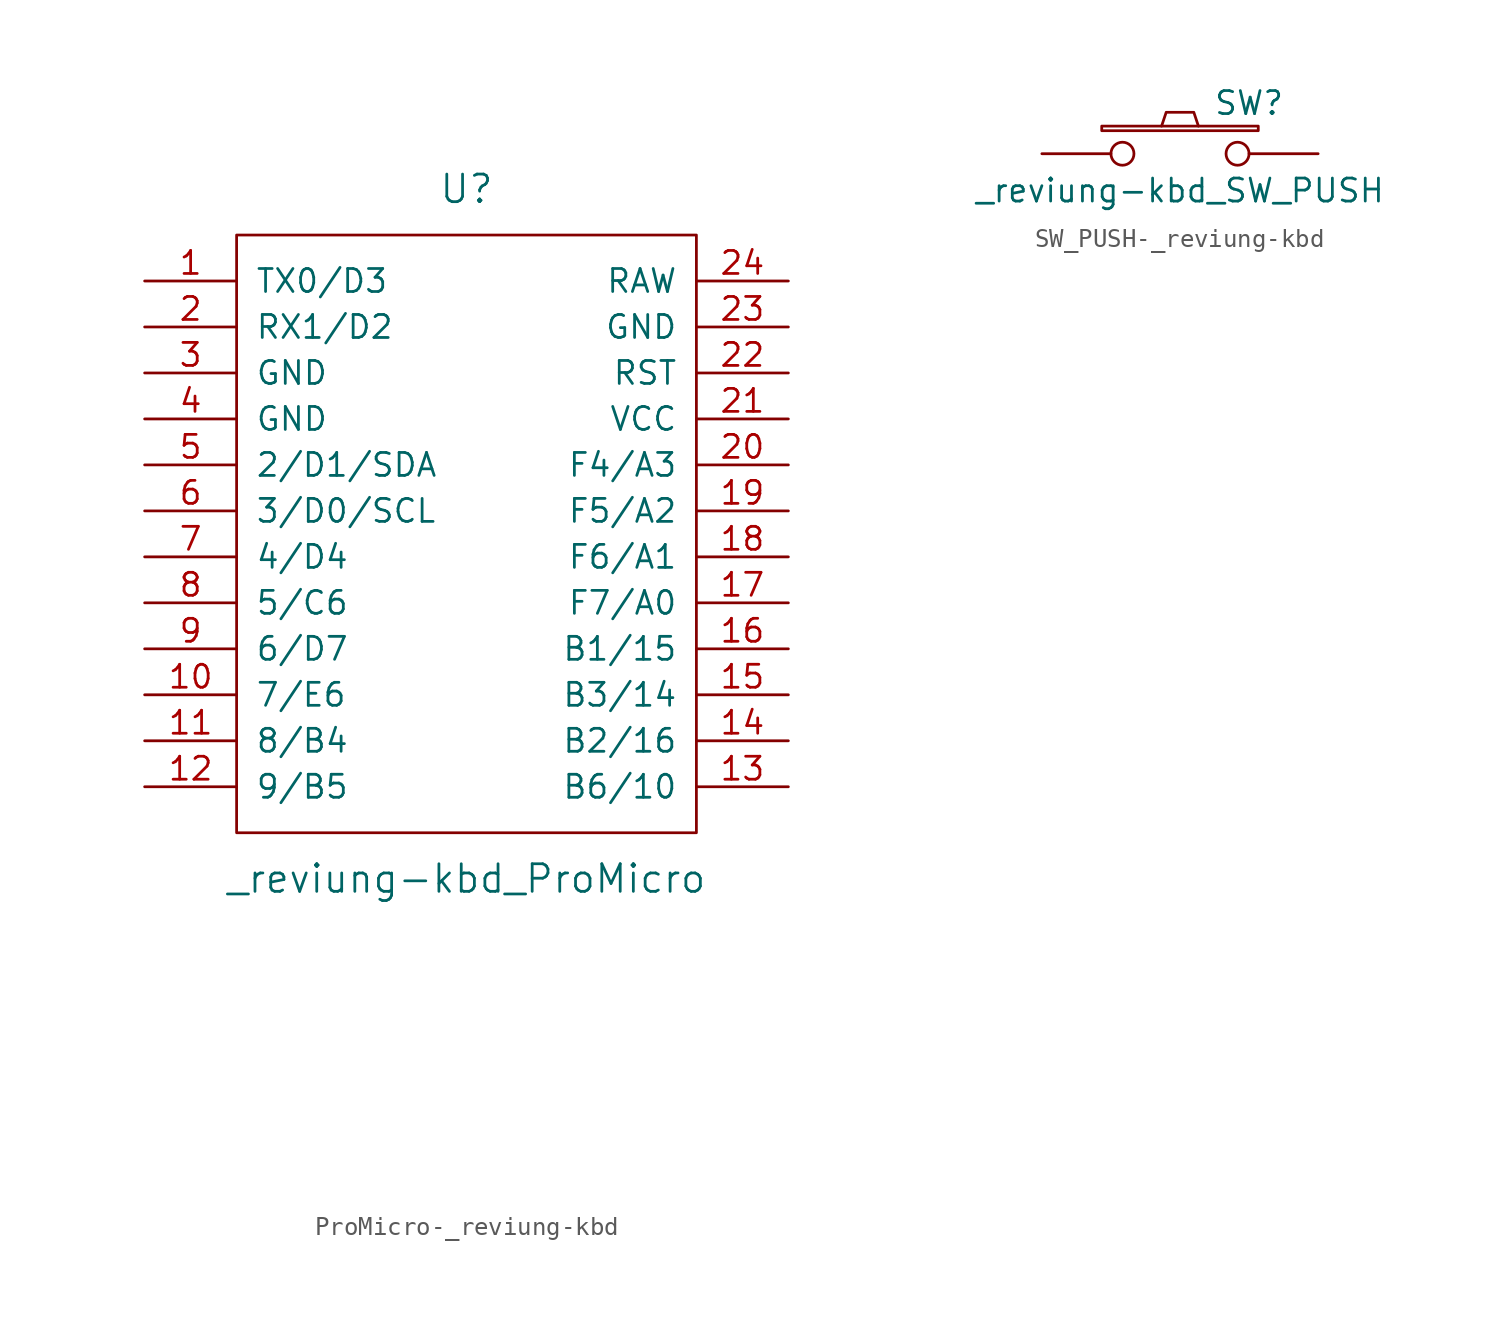
<source format=kicad_sym>
(kicad_symbol_lib
  (version 20220914)
  (generator kicad_symbol_editor)
  (symbol "ProMicro-_reviung-kbd"
    (pin_names
      (offset 1.016))
    (property "Reference" "U"
      (at 0 24.13 0)
      (effects (font (size 1.524 1.524))))
    (property "Value" "_reviung-kbd_ProMicro"
      (at 0 -13.97 0)
      (effects (font (size 1.524 1.524))))
    (property "Footprint" ""
      (at 2.54 -26.67 0)
      (effects (font (size 1.524 1.524))))
    (property "Datasheet" ""
      (at 2.54 -26.67 0)
      (effects (font (size 1.524 1.524))))
    (symbol "ProMicro-_reviung-kbd_0_1"
      (rectangle (start -12.7 21.59) (end 12.7 -11.43) (stroke (width 0) (type solid)) (fill (type none))))
    (symbol "ProMicro-_reviung-kbd_1_1"
      (pin bidirectional line (at -17.78 19.05 0) (length 5.08) (name "TX0/D3" (effects (font (size 1.27 1.27)))) (number "1" (effects (font (size 1.27 1.27)))))
      (pin bidirectional line (at -17.78 -3.81 0) (length 5.08) (name "7/E6" (effects (font (size 1.27 1.27)))) (number "10" (effects (font (size 1.27 1.27)))))
      (pin bidirectional line (at -17.78 -6.35 0) (length 5.08) (name "8/B4" (effects (font (size 1.27 1.27)))) (number "11" (effects (font (size 1.27 1.27)))))
      (pin bidirectional line (at -17.78 -8.89 0) (length 5.08) (name "9/B5" (effects (font (size 1.27 1.27)))) (number "12" (effects (font (size 1.27 1.27)))))
      (pin bidirectional line (at 17.78 -8.89 180) (length 5.08) (name "B6/10" (effects (font (size 1.27 1.27)))) (number "13" (effects (font (size 1.27 1.27)))))
      (pin bidirectional line (at 17.78 -6.35 180) (length 5.08) (name "B2/16" (effects (font (size 1.27 1.27)))) (number "14" (effects (font (size 1.27 1.27)))))
      (pin bidirectional line (at 17.78 -3.81 180) (length 5.08) (name "B3/14" (effects (font (size 1.27 1.27)))) (number "15" (effects (font (size 1.27 1.27)))))
      (pin bidirectional line (at 17.78 -1.27 180) (length 5.08) (name "B1/15" (effects (font (size 1.27 1.27)))) (number "16" (effects (font (size 1.27 1.27)))))
      (pin bidirectional line (at 17.78 1.27 180) (length 5.08) (name "F7/A0" (effects (font (size 1.27 1.27)))) (number "17" (effects (font (size 1.27 1.27)))))
      (pin bidirectional line (at 17.78 3.81 180) (length 5.08) (name "F6/A1" (effects (font (size 1.27 1.27)))) (number "18" (effects (font (size 1.27 1.27)))))
      (pin bidirectional line (at 17.78 6.35 180) (length 5.08) (name "F5/A2" (effects (font (size 1.27 1.27)))) (number "19" (effects (font (size 1.27 1.27)))))
      (pin bidirectional line (at -17.78 16.51 0) (length 5.08) (name "RX1/D2" (effects (font (size 1.27 1.27)))) (number "2" (effects (font (size 1.27 1.27)))))
      (pin bidirectional line (at 17.78 8.89 180) (length 5.08) (name "F4/A3" (effects (font (size 1.27 1.27)))) (number "20" (effects (font (size 1.27 1.27)))))
      (pin power_in line (at 17.78 11.43 180) (length 5.08) (name "VCC" (effects (font (size 1.27 1.27)))) (number "21" (effects (font (size 1.27 1.27)))))
      (pin input line (at 17.78 13.97 180) (length 5.08) (name "RST" (effects (font (size 1.27 1.27)))) (number "22" (effects (font (size 1.27 1.27)))))
      (pin power_in line (at 17.78 16.51 180) (length 5.08) (name "GND" (effects (font (size 1.27 1.27)))) (number "23" (effects (font (size 1.27 1.27)))))
      (pin power_out line (at 17.78 19.05 180) (length 5.08) (name "RAW" (effects (font (size 1.27 1.27)))) (number "24" (effects (font (size 1.27 1.27)))))
      (pin power_in line (at -17.78 13.97 0) (length 5.08) (name "GND" (effects (font (size 1.27 1.27)))) (number "3" (effects (font (size 1.27 1.27)))))
      (pin power_in line (at -17.78 11.43 0) (length 5.08) (name "GND" (effects (font (size 1.27 1.27)))) (number "4" (effects (font (size 1.27 1.27)))))
      (pin bidirectional line (at -17.78 8.89 0) (length 5.08) (name "2/D1/SDA" (effects (font (size 1.27 1.27)))) (number "5" (effects (font (size 1.27 1.27)))))
      (pin bidirectional line (at -17.78 6.35 0) (length 5.08) (name "3/D0/SCL" (effects (font (size 1.27 1.27)))) (number "6" (effects (font (size 1.27 1.27)))))
      (pin bidirectional line (at -17.78 3.81 0) (length 5.08) (name "4/D4" (effects (font (size 1.27 1.27)))) (number "7" (effects (font (size 1.27 1.27)))))
      (pin bidirectional line (at -17.78 1.27 0) (length 5.08) (name "5/C6" (effects (font (size 1.27 1.27)))) (number "8" (effects (font (size 1.27 1.27)))))
      (pin bidirectional line (at -17.78 -1.27 0) (length 5.08) (name "6/D7" (effects (font (size 1.27 1.27)))) (number "9" (effects (font (size 1.27 1.27)))))))
  (symbol "SW_PUSH-_reviung-kbd"
    (pin_numbers hide)
    (pin_names
      (offset 1.016) hide)
    (property "Reference" "SW"
      (at 3.81 2.794 0)
      (effects (font (size 1.27 1.27))))
    (property "Value" "_reviung-kbd_SW_PUSH"
      (at 0 -2.032 0)
      (effects (font (size 1.27 1.27))))
    (property "Footprint" ""
      (at 0 0 0)
      (effects (font (size 1.27 1.27))))
    (property "Datasheet" ""
      (at 0 0 0)
      (effects (font (size 1.27 1.27))))
    (symbol "SW_PUSH-_reviung-kbd_0_1"
      (rectangle (start -4.318 1.27) (end 4.318 1.524) (stroke (width 0) (type solid)) (fill (type none)))
      (polyline (pts (xy -1.016 1.524) (xy -0.762 2.286) (xy 0.762 2.286) (xy 1.016 1.524)) (stroke (width 0) (type solid)) (fill (type none)))
      (pin passive inverted (at -7.62 0 0) (length 5.08) (name "1" (effects (font (size 1.27 1.27)))) (number "1" (effects (font (size 1.27 1.27)))))
      (pin passive inverted (at 7.62 0 180) (length 5.08) (name "2" (effects (font (size 1.27 1.27)))) (number "2" (effects (font (size 1.27 1.27))))))))
</source>
